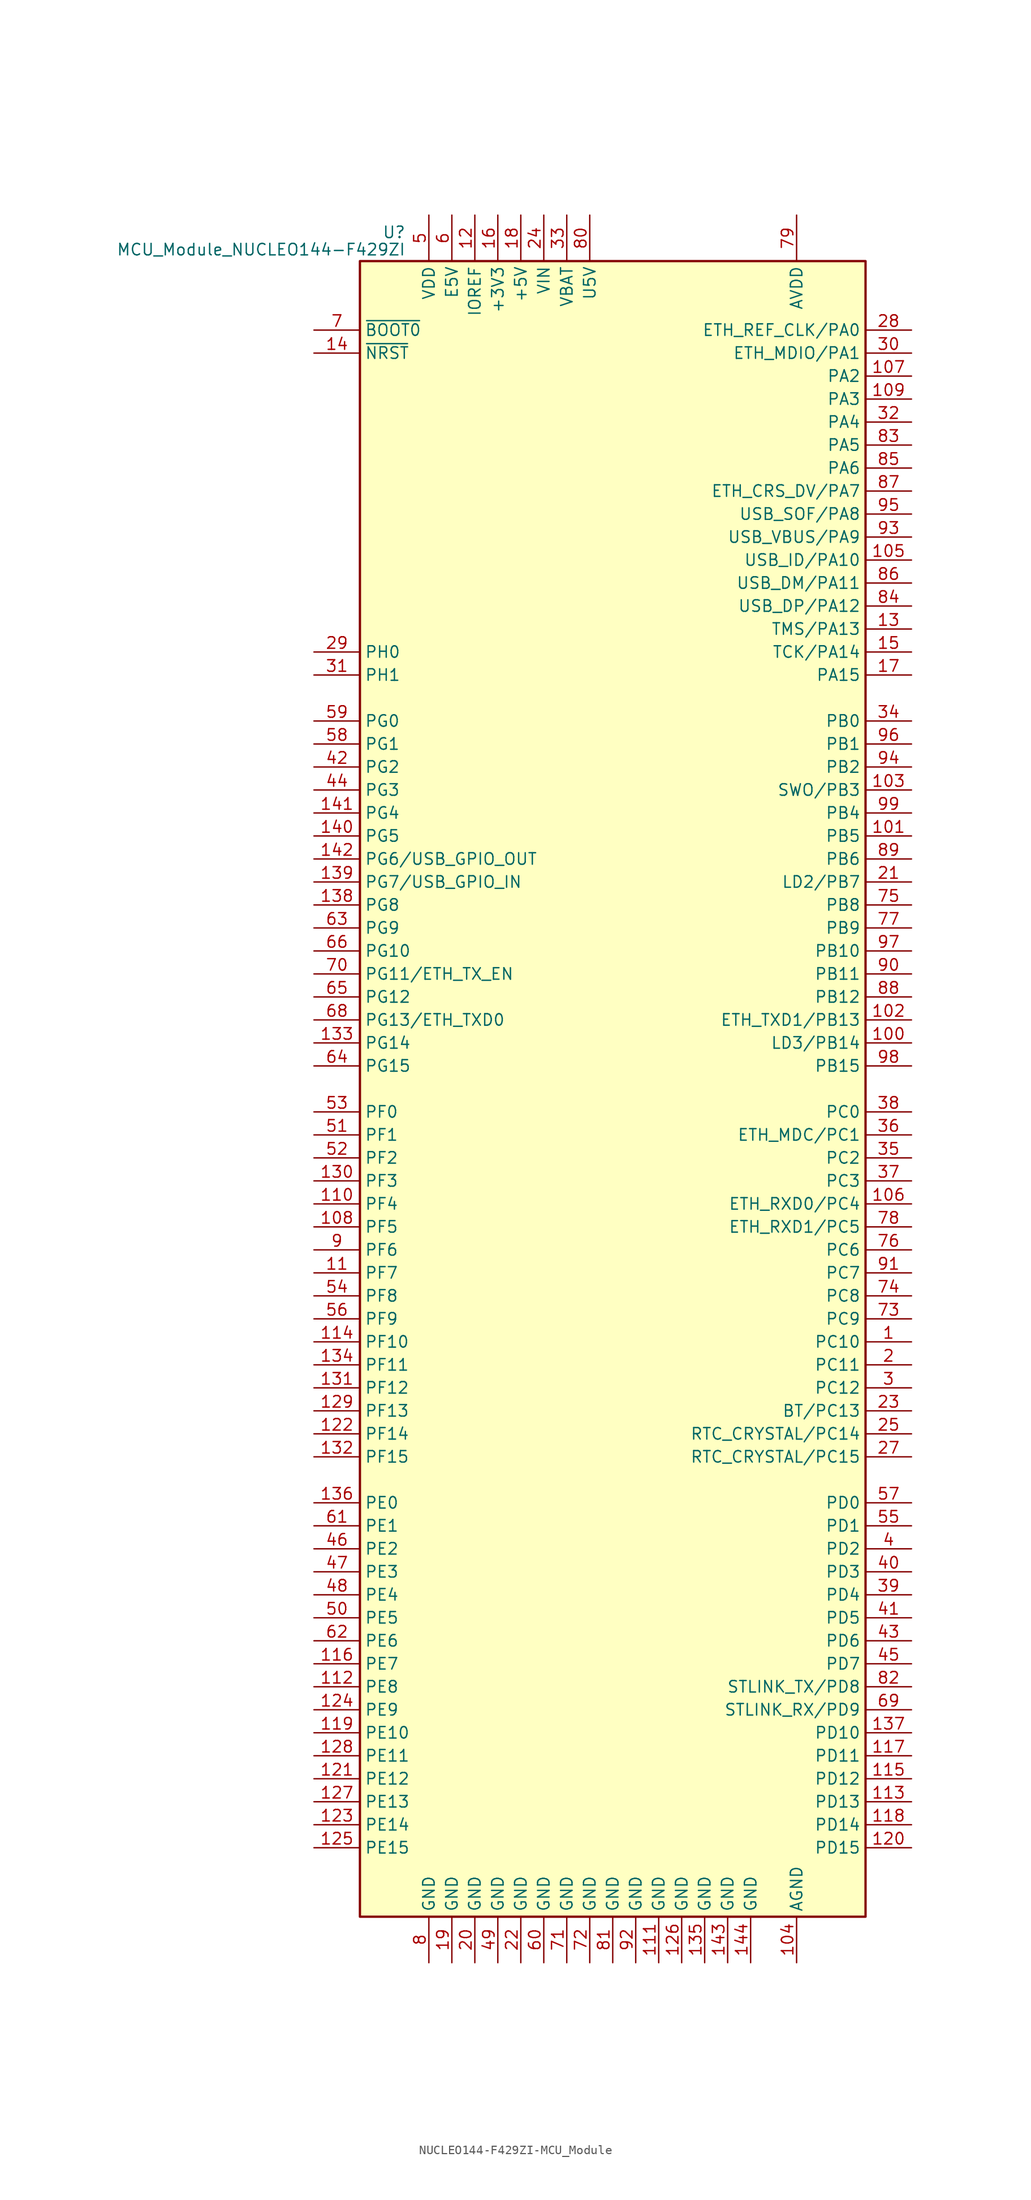
<source format=kicad_sym>
(kicad_symbol_lib
  (version 20231120)
  (generator "kicad_symbol_editor")
  (generator_version "8.0")
  (symbol "NUCLEO144-F429ZI-MCU_Module"
    (property "Reference" "U"
      (at -22.86 94.615 0)
      (effects (font (size 1.27 1.27)) (justify right)))
    (property "Value" "MCU_Module_NUCLEO144-F429ZI"
      (at -22.86 92.71 0)
      (effects (font (size 1.27 1.27)) (justify right)))
    (symbol "NUCLEO144-F429ZI-MCU_Module_0_1"
      (rectangle (start -27.94 -91.44) (end 27.94 91.44) (stroke (width 0.254) (type solid)) (fill (type background))))
    (symbol "NUCLEO144-F429ZI-MCU_Module_1_1"
      (pin bidirectional line (at 33.02 -27.94 180) (length 5.08) (name "PC10" (effects (font (size 1.27 1.27)))) (number "1" (effects (font (size 1.27 1.27)))))
      (pin no_connect line (at -33.02 55.88 0) (length 5.08) hide (name "NC" (effects (font (size 1.27 1.27)))) (number "10" (effects (font (size 1.27 1.27)))))
      (pin bidirectional line (at 33.02 5.08 180) (length 5.08) (name "LD3/PB14" (effects (font (size 1.27 1.27)))) (number "100" (effects (font (size 1.27 1.27)))))
      (pin bidirectional line (at 33.02 27.94 180) (length 5.08) (name "PB5" (effects (font (size 1.27 1.27)))) (number "101" (effects (font (size 1.27 1.27)))))
      (pin bidirectional line (at 33.02 7.62 180) (length 5.08) (name "ETH_TXD1/PB13" (effects (font (size 1.27 1.27)))) (number "102" (effects (font (size 1.27 1.27)))))
      (pin bidirectional line (at 33.02 33.02 180) (length 5.08) (name "SWO/PB3" (effects (font (size 1.27 1.27)))) (number "103" (effects (font (size 1.27 1.27)))))
      (pin power_in line (at 20.32 -96.52 90) (length 5.08) (name "AGND" (effects (font (size 1.27 1.27)))) (number "104" (effects (font (size 1.27 1.27)))))
      (pin bidirectional line (at 33.02 58.42 180) (length 5.08) (name "USB_ID/PA10" (effects (font (size 1.27 1.27)))) (number "105" (effects (font (size 1.27 1.27)))))
      (pin bidirectional line (at 33.02 -12.7 180) (length 5.08) (name "ETH_RXD0/PC4" (effects (font (size 1.27 1.27)))) (number "106" (effects (font (size 1.27 1.27)))))
      (pin bidirectional line (at 33.02 78.74 180) (length 5.08) (name "PA2" (effects (font (size 1.27 1.27)))) (number "107" (effects (font (size 1.27 1.27)))))
      (pin bidirectional line (at -33.02 -15.24 0) (length 5.08) (name "PF5" (effects (font (size 1.27 1.27)))) (number "108" (effects (font (size 1.27 1.27)))))
      (pin bidirectional line (at 33.02 76.2 180) (length 5.08) (name "PA3" (effects (font (size 1.27 1.27)))) (number "109" (effects (font (size 1.27 1.27)))))
      (pin bidirectional line (at -33.02 -20.32 0) (length 5.08) (name "PF7" (effects (font (size 1.27 1.27)))) (number "11" (effects (font (size 1.27 1.27)))))
      (pin bidirectional line (at -33.02 -12.7 0) (length 5.08) (name "PF4" (effects (font (size 1.27 1.27)))) (number "110" (effects (font (size 1.27 1.27)))))
      (pin power_in line (at 5.08 -96.52 90) (length 5.08) (name "GND" (effects (font (size 1.27 1.27)))) (number "111" (effects (font (size 1.27 1.27)))))
      (pin bidirectional line (at -33.02 -66.04 0) (length 5.08) (name "PE8" (effects (font (size 1.27 1.27)))) (number "112" (effects (font (size 1.27 1.27)))))
      (pin bidirectional line (at 33.02 -78.74 180) (length 5.08) (name "PD13" (effects (font (size 1.27 1.27)))) (number "113" (effects (font (size 1.27 1.27)))))
      (pin bidirectional line (at -33.02 -27.94 0) (length 5.08) (name "PF10" (effects (font (size 1.27 1.27)))) (number "114" (effects (font (size 1.27 1.27)))))
      (pin bidirectional line (at 33.02 -76.2 180) (length 5.08) (name "PD12" (effects (font (size 1.27 1.27)))) (number "115" (effects (font (size 1.27 1.27)))))
      (pin bidirectional line (at -33.02 -63.5 0) (length 5.08) (name "PE7" (effects (font (size 1.27 1.27)))) (number "116" (effects (font (size 1.27 1.27)))))
      (pin bidirectional line (at 33.02 -73.66 180) (length 5.08) (name "PD11" (effects (font (size 1.27 1.27)))) (number "117" (effects (font (size 1.27 1.27)))))
      (pin bidirectional line (at 33.02 -81.28 180) (length 5.08) (name "PD14" (effects (font (size 1.27 1.27)))) (number "118" (effects (font (size 1.27 1.27)))))
      (pin bidirectional line (at -33.02 -71.12 0) (length 5.08) (name "PE10" (effects (font (size 1.27 1.27)))) (number "119" (effects (font (size 1.27 1.27)))))
      (pin power_in line (at -15.24 96.52 270) (length 5.08) (name "IOREF" (effects (font (size 1.27 1.27)))) (number "12" (effects (font (size 1.27 1.27)))))
      (pin bidirectional line (at 33.02 -83.82 180) (length 5.08) (name "PD15" (effects (font (size 1.27 1.27)))) (number "120" (effects (font (size 1.27 1.27)))))
      (pin bidirectional line (at -33.02 -76.2 0) (length 5.08) (name "PE12" (effects (font (size 1.27 1.27)))) (number "121" (effects (font (size 1.27 1.27)))))
      (pin bidirectional line (at -33.02 -38.1 0) (length 5.08) (name "PF14" (effects (font (size 1.27 1.27)))) (number "122" (effects (font (size 1.27 1.27)))))
      (pin bidirectional line (at -33.02 -81.28 0) (length 5.08) (name "PE14" (effects (font (size 1.27 1.27)))) (number "123" (effects (font (size 1.27 1.27)))))
      (pin bidirectional line (at -33.02 -68.58 0) (length 5.08) (name "PE9" (effects (font (size 1.27 1.27)))) (number "124" (effects (font (size 1.27 1.27)))))
      (pin bidirectional line (at -33.02 -83.82 0) (length 5.08) (name "PE15" (effects (font (size 1.27 1.27)))) (number "125" (effects (font (size 1.27 1.27)))))
      (pin power_in line (at 7.62 -96.52 90) (length 5.08) (name "GND" (effects (font (size 1.27 1.27)))) (number "126" (effects (font (size 1.27 1.27)))))
      (pin bidirectional line (at -33.02 -78.74 0) (length 5.08) (name "PE13" (effects (font (size 1.27 1.27)))) (number "127" (effects (font (size 1.27 1.27)))))
      (pin bidirectional line (at -33.02 -73.66 0) (length 5.08) (name "PE11" (effects (font (size 1.27 1.27)))) (number "128" (effects (font (size 1.27 1.27)))))
      (pin bidirectional line (at -33.02 -35.56 0) (length 5.08) (name "PF13" (effects (font (size 1.27 1.27)))) (number "129" (effects (font (size 1.27 1.27)))))
      (pin bidirectional line (at 33.02 50.8 180) (length 5.08) (name "TMS/PA13" (effects (font (size 1.27 1.27)))) (number "13" (effects (font (size 1.27 1.27)))))
      (pin bidirectional line (at -33.02 -10.16 0) (length 5.08) (name "PF3" (effects (font (size 1.27 1.27)))) (number "130" (effects (font (size 1.27 1.27)))))
      (pin bidirectional line (at -33.02 -33.02 0) (length 5.08) (name "PF12" (effects (font (size 1.27 1.27)))) (number "131" (effects (font (size 1.27 1.27)))))
      (pin bidirectional line (at -33.02 -40.64 0) (length 5.08) (name "PF15" (effects (font (size 1.27 1.27)))) (number "132" (effects (font (size 1.27 1.27)))))
      (pin bidirectional line (at -33.02 5.08 0) (length 5.08) (name "PG14" (effects (font (size 1.27 1.27)))) (number "133" (effects (font (size 1.27 1.27)))))
      (pin bidirectional line (at -33.02 -30.48 0) (length 5.08) (name "PF11" (effects (font (size 1.27 1.27)))) (number "134" (effects (font (size 1.27 1.27)))))
      (pin power_in line (at 10.16 -96.52 90) (length 5.08) (name "GND" (effects (font (size 1.27 1.27)))) (number "135" (effects (font (size 1.27 1.27)))))
      (pin bidirectional line (at -33.02 -45.72 0) (length 5.08) (name "PE0" (effects (font (size 1.27 1.27)))) (number "136" (effects (font (size 1.27 1.27)))))
      (pin bidirectional line (at 33.02 -71.12 180) (length 5.08) (name "PD10" (effects (font (size 1.27 1.27)))) (number "137" (effects (font (size 1.27 1.27)))))
      (pin bidirectional line (at -33.02 20.32 0) (length 5.08) (name "PG8" (effects (font (size 1.27 1.27)))) (number "138" (effects (font (size 1.27 1.27)))))
      (pin bidirectional line (at -33.02 22.86 0) (length 5.08) (name "PG7/USB_GPIO_IN" (effects (font (size 1.27 1.27)))) (number "139" (effects (font (size 1.27 1.27)))))
      (pin input line (at -33.02 81.28 0) (length 5.08) (name "~{NRST}" (effects (font (size 1.27 1.27)))) (number "14" (effects (font (size 1.27 1.27)))))
      (pin bidirectional line (at -33.02 27.94 0) (length 5.08) (name "PG5" (effects (font (size 1.27 1.27)))) (number "140" (effects (font (size 1.27 1.27)))))
      (pin bidirectional line (at -33.02 30.48 0) (length 5.08) (name "PG4" (effects (font (size 1.27 1.27)))) (number "141" (effects (font (size 1.27 1.27)))))
      (pin bidirectional line (at -33.02 25.4 0) (length 5.08) (name "PG6/USB_GPIO_OUT" (effects (font (size 1.27 1.27)))) (number "142" (effects (font (size 1.27 1.27)))))
      (pin power_in line (at 12.7 -96.52 90) (length 5.08) (name "GND" (effects (font (size 1.27 1.27)))) (number "143" (effects (font (size 1.27 1.27)))))
      (pin power_in line (at 15.24 -96.52 90) (length 5.08) (name "GND" (effects (font (size 1.27 1.27)))) (number "144" (effects (font (size 1.27 1.27)))))
      (pin bidirectional line (at 33.02 48.26 180) (length 5.08) (name "TCK/PA14" (effects (font (size 1.27 1.27)))) (number "15" (effects (font (size 1.27 1.27)))))
      (pin power_in line (at -12.7 96.52 270) (length 5.08) (name "+3V3" (effects (font (size 1.27 1.27)))) (number "16" (effects (font (size 1.27 1.27)))))
      (pin bidirectional line (at 33.02 45.72 180) (length 5.08) (name "PA15" (effects (font (size 1.27 1.27)))) (number "17" (effects (font (size 1.27 1.27)))))
      (pin power_in line (at -10.16 96.52 270) (length 5.08) (name "+5V" (effects (font (size 1.27 1.27)))) (number "18" (effects (font (size 1.27 1.27)))))
      (pin power_in line (at -17.78 -96.52 90) (length 5.08) (name "GND" (effects (font (size 1.27 1.27)))) (number "19" (effects (font (size 1.27 1.27)))))
      (pin bidirectional line (at 33.02 -30.48 180) (length 5.08) (name "PC11" (effects (font (size 1.27 1.27)))) (number "2" (effects (font (size 1.27 1.27)))))
      (pin power_in line (at -15.24 -96.52 90) (length 5.08) (name "GND" (effects (font (size 1.27 1.27)))) (number "20" (effects (font (size 1.27 1.27)))))
      (pin bidirectional line (at 33.02 22.86 180) (length 5.08) (name "LD2/PB7" (effects (font (size 1.27 1.27)))) (number "21" (effects (font (size 1.27 1.27)))))
      (pin power_in line (at -10.16 -96.52 90) (length 5.08) (name "GND" (effects (font (size 1.27 1.27)))) (number "22" (effects (font (size 1.27 1.27)))))
      (pin bidirectional line (at 33.02 -35.56 180) (length 5.08) (name "BT/PC13" (effects (font (size 1.27 1.27)))) (number "23" (effects (font (size 1.27 1.27)))))
      (pin power_in line (at -7.62 96.52 270) (length 5.08) (name "VIN" (effects (font (size 1.27 1.27)))) (number "24" (effects (font (size 1.27 1.27)))))
      (pin bidirectional line (at 33.02 -38.1 180) (length 5.08) (name "RTC_CRYSTAL/PC14" (effects (font (size 1.27 1.27)))) (number "25" (effects (font (size 1.27 1.27)))))
      (pin no_connect line (at -33.02 58.42 0) (length 5.08) hide (name "NC" (effects (font (size 1.27 1.27)))) (number "26" (effects (font (size 1.27 1.27)))))
      (pin bidirectional line (at 33.02 -40.64 180) (length 5.08) (name "RTC_CRYSTAL/PC15" (effects (font (size 1.27 1.27)))) (number "27" (effects (font (size 1.27 1.27)))))
      (pin bidirectional line (at 33.02 83.82 180) (length 5.08) (name "ETH_REF_CLK/PA0" (effects (font (size 1.27 1.27)))) (number "28" (effects (font (size 1.27 1.27)))))
      (pin bidirectional line (at -33.02 48.26 0) (length 5.08) (name "PH0" (effects (font (size 1.27 1.27)))) (number "29" (effects (font (size 1.27 1.27)))))
      (pin bidirectional line (at 33.02 -33.02 180) (length 5.08) (name "PC12" (effects (font (size 1.27 1.27)))) (number "3" (effects (font (size 1.27 1.27)))))
      (pin bidirectional line (at 33.02 81.28 180) (length 5.08) (name "ETH_MDIO/PA1" (effects (font (size 1.27 1.27)))) (number "30" (effects (font (size 1.27 1.27)))))
      (pin bidirectional line (at -33.02 45.72 0) (length 5.08) (name "PH1" (effects (font (size 1.27 1.27)))) (number "31" (effects (font (size 1.27 1.27)))))
      (pin bidirectional line (at 33.02 73.66 180) (length 5.08) (name "PA4" (effects (font (size 1.27 1.27)))) (number "32" (effects (font (size 1.27 1.27)))))
      (pin power_in line (at -5.08 96.52 270) (length 5.08) (name "VBAT" (effects (font (size 1.27 1.27)))) (number "33" (effects (font (size 1.27 1.27)))))
      (pin bidirectional line (at 33.02 40.64 180) (length 5.08) (name "PB0" (effects (font (size 1.27 1.27)))) (number "34" (effects (font (size 1.27 1.27)))))
      (pin bidirectional line (at 33.02 -7.62 180) (length 5.08) (name "PC2" (effects (font (size 1.27 1.27)))) (number "35" (effects (font (size 1.27 1.27)))))
      (pin bidirectional line (at 33.02 -5.08 180) (length 5.08) (name "ETH_MDC/PC1" (effects (font (size 1.27 1.27)))) (number "36" (effects (font (size 1.27 1.27)))))
      (pin bidirectional line (at 33.02 -10.16 180) (length 5.08) (name "PC3" (effects (font (size 1.27 1.27)))) (number "37" (effects (font (size 1.27 1.27)))))
      (pin bidirectional line (at 33.02 -2.54 180) (length 5.08) (name "PC0" (effects (font (size 1.27 1.27)))) (number "38" (effects (font (size 1.27 1.27)))))
      (pin bidirectional line (at 33.02 -55.88 180) (length 5.08) (name "PD4" (effects (font (size 1.27 1.27)))) (number "39" (effects (font (size 1.27 1.27)))))
      (pin bidirectional line (at 33.02 -50.8 180) (length 5.08) (name "PD2" (effects (font (size 1.27 1.27)))) (number "4" (effects (font (size 1.27 1.27)))))
      (pin bidirectional line (at 33.02 -53.34 180) (length 5.08) (name "PD3" (effects (font (size 1.27 1.27)))) (number "40" (effects (font (size 1.27 1.27)))))
      (pin bidirectional line (at 33.02 -58.42 180) (length 5.08) (name "PD5" (effects (font (size 1.27 1.27)))) (number "41" (effects (font (size 1.27 1.27)))))
      (pin bidirectional line (at -33.02 35.56 0) (length 5.08) (name "PG2" (effects (font (size 1.27 1.27)))) (number "42" (effects (font (size 1.27 1.27)))))
      (pin bidirectional line (at 33.02 -60.96 180) (length 5.08) (name "PD6" (effects (font (size 1.27 1.27)))) (number "43" (effects (font (size 1.27 1.27)))))
      (pin bidirectional line (at -33.02 33.02 0) (length 5.08) (name "PG3" (effects (font (size 1.27 1.27)))) (number "44" (effects (font (size 1.27 1.27)))))
      (pin bidirectional line (at 33.02 -63.5 180) (length 5.08) (name "PD7" (effects (font (size 1.27 1.27)))) (number "45" (effects (font (size 1.27 1.27)))))
      (pin bidirectional line (at -33.02 -50.8 0) (length 5.08) (name "PE2" (effects (font (size 1.27 1.27)))) (number "46" (effects (font (size 1.27 1.27)))))
      (pin bidirectional line (at -33.02 -53.34 0) (length 5.08) (name "PE3" (effects (font (size 1.27 1.27)))) (number "47" (effects (font (size 1.27 1.27)))))
      (pin bidirectional line (at -33.02 -55.88 0) (length 5.08) (name "PE4" (effects (font (size 1.27 1.27)))) (number "48" (effects (font (size 1.27 1.27)))))
      (pin power_in line (at -12.7 -96.52 90) (length 5.08) (name "GND" (effects (font (size 1.27 1.27)))) (number "49" (effects (font (size 1.27 1.27)))))
      (pin power_in line (at -20.32 96.52 270) (length 5.08) (name "VDD" (effects (font (size 1.27 1.27)))) (number "5" (effects (font (size 1.27 1.27)))))
      (pin bidirectional line (at -33.02 -58.42 0) (length 5.08) (name "PE5" (effects (font (size 1.27 1.27)))) (number "50" (effects (font (size 1.27 1.27)))))
      (pin bidirectional line (at -33.02 -5.08 0) (length 5.08) (name "PF1" (effects (font (size 1.27 1.27)))) (number "51" (effects (font (size 1.27 1.27)))))
      (pin bidirectional line (at -33.02 -7.62 0) (length 5.08) (name "PF2" (effects (font (size 1.27 1.27)))) (number "52" (effects (font (size 1.27 1.27)))))
      (pin bidirectional line (at -33.02 -2.54 0) (length 5.08) (name "PF0" (effects (font (size 1.27 1.27)))) (number "53" (effects (font (size 1.27 1.27)))))
      (pin bidirectional line (at -33.02 -22.86 0) (length 5.08) (name "PF8" (effects (font (size 1.27 1.27)))) (number "54" (effects (font (size 1.27 1.27)))))
      (pin bidirectional line (at 33.02 -48.26 180) (length 5.08) (name "PD1" (effects (font (size 1.27 1.27)))) (number "55" (effects (font (size 1.27 1.27)))))
      (pin bidirectional line (at -33.02 -25.4 0) (length 5.08) (name "PF9" (effects (font (size 1.27 1.27)))) (number "56" (effects (font (size 1.27 1.27)))))
      (pin bidirectional line (at 33.02 -45.72 180) (length 5.08) (name "PD0" (effects (font (size 1.27 1.27)))) (number "57" (effects (font (size 1.27 1.27)))))
      (pin bidirectional line (at -33.02 38.1 0) (length 5.08) (name "PG1" (effects (font (size 1.27 1.27)))) (number "58" (effects (font (size 1.27 1.27)))))
      (pin bidirectional line (at -33.02 40.64 0) (length 5.08) (name "PG0" (effects (font (size 1.27 1.27)))) (number "59" (effects (font (size 1.27 1.27)))))
      (pin power_in line (at -17.78 96.52 270) (length 5.08) (name "E5V" (effects (font (size 1.27 1.27)))) (number "6" (effects (font (size 1.27 1.27)))))
      (pin power_in line (at -7.62 -96.52 90) (length 5.08) (name "GND" (effects (font (size 1.27 1.27)))) (number "60" (effects (font (size 1.27 1.27)))))
      (pin bidirectional line (at -33.02 -48.26 0) (length 5.08) (name "PE1" (effects (font (size 1.27 1.27)))) (number "61" (effects (font (size 1.27 1.27)))))
      (pin bidirectional line (at -33.02 -60.96 0) (length 5.08) (name "PE6" (effects (font (size 1.27 1.27)))) (number "62" (effects (font (size 1.27 1.27)))))
      (pin bidirectional line (at -33.02 17.78 0) (length 5.08) (name "PG9" (effects (font (size 1.27 1.27)))) (number "63" (effects (font (size 1.27 1.27)))))
      (pin bidirectional line (at -33.02 2.54 0) (length 5.08) (name "PG15" (effects (font (size 1.27 1.27)))) (number "64" (effects (font (size 1.27 1.27)))))
      (pin bidirectional line (at -33.02 10.16 0) (length 5.08) (name "PG12" (effects (font (size 1.27 1.27)))) (number "65" (effects (font (size 1.27 1.27)))))
      (pin bidirectional line (at -33.02 15.24 0) (length 5.08) (name "PG10" (effects (font (size 1.27 1.27)))) (number "66" (effects (font (size 1.27 1.27)))))
      (pin no_connect line (at -33.02 53.34 0) (length 5.08) hide (name "NC" (effects (font (size 1.27 1.27)))) (number "67" (effects (font (size 1.27 1.27)))))
      (pin bidirectional line (at -33.02 7.62 0) (length 5.08) (name "PG13/ETH_TXD0" (effects (font (size 1.27 1.27)))) (number "68" (effects (font (size 1.27 1.27)))))
      (pin bidirectional line (at 33.02 -68.58 180) (length 5.08) (name "STLINK_RX/PD9" (effects (font (size 1.27 1.27)))) (number "69" (effects (font (size 1.27 1.27)))))
      (pin input line (at -33.02 83.82 0) (length 5.08) (name "~{BOOT0}" (effects (font (size 1.27 1.27)))) (number "7" (effects (font (size 1.27 1.27)))))
      (pin bidirectional line (at -33.02 12.7 0) (length 5.08) (name "PG11/ETH_TX_EN" (effects (font (size 1.27 1.27)))) (number "70" (effects (font (size 1.27 1.27)))))
      (pin power_in line (at -5.08 -96.52 90) (length 5.08) (name "GND" (effects (font (size 1.27 1.27)))) (number "71" (effects (font (size 1.27 1.27)))))
      (pin power_in line (at -2.54 -96.52 90) (length 5.08) (name "GND" (effects (font (size 1.27 1.27)))) (number "72" (effects (font (size 1.27 1.27)))))
      (pin bidirectional line (at 33.02 -25.4 180) (length 5.08) (name "PC9" (effects (font (size 1.27 1.27)))) (number "73" (effects (font (size 1.27 1.27)))))
      (pin bidirectional line (at 33.02 -22.86 180) (length 5.08) (name "PC8" (effects (font (size 1.27 1.27)))) (number "74" (effects (font (size 1.27 1.27)))))
      (pin bidirectional line (at 33.02 20.32 180) (length 5.08) (name "PB8" (effects (font (size 1.27 1.27)))) (number "75" (effects (font (size 1.27 1.27)))))
      (pin bidirectional line (at 33.02 -17.78 180) (length 5.08) (name "PC6" (effects (font (size 1.27 1.27)))) (number "76" (effects (font (size 1.27 1.27)))))
      (pin bidirectional line (at 33.02 17.78 180) (length 5.08) (name "PB9" (effects (font (size 1.27 1.27)))) (number "77" (effects (font (size 1.27 1.27)))))
      (pin bidirectional line (at 33.02 -15.24 180) (length 5.08) (name "ETH_RXD1/PC5" (effects (font (size 1.27 1.27)))) (number "78" (effects (font (size 1.27 1.27)))))
      (pin power_in line (at 20.32 96.52 270) (length 5.08) (name "AVDD" (effects (font (size 1.27 1.27)))) (number "79" (effects (font (size 1.27 1.27)))))
      (pin power_in line (at -20.32 -96.52 90) (length 5.08) (name "GND" (effects (font (size 1.27 1.27)))) (number "8" (effects (font (size 1.27 1.27)))))
      (pin power_in line (at -2.54 96.52 270) (length 5.08) (name "U5V" (effects (font (size 1.27 1.27)))) (number "80" (effects (font (size 1.27 1.27)))))
      (pin power_in line (at 0 -96.52 90) (length 5.08) (name "GND" (effects (font (size 1.27 1.27)))) (number "81" (effects (font (size 1.27 1.27)))))
      (pin bidirectional line (at 33.02 -66.04 180) (length 5.08) (name "STLINK_TX/PD8" (effects (font (size 1.27 1.27)))) (number "82" (effects (font (size 1.27 1.27)))))
      (pin bidirectional line (at 33.02 71.12 180) (length 5.08) (name "PA5" (effects (font (size 1.27 1.27)))) (number "83" (effects (font (size 1.27 1.27)))))
      (pin bidirectional line (at 33.02 53.34 180) (length 5.08) (name "USB_DP/PA12" (effects (font (size 1.27 1.27)))) (number "84" (effects (font (size 1.27 1.27)))))
      (pin bidirectional line (at 33.02 68.58 180) (length 5.08) (name "PA6" (effects (font (size 1.27 1.27)))) (number "85" (effects (font (size 1.27 1.27)))))
      (pin bidirectional line (at 33.02 55.88 180) (length 5.08) (name "USB_DM/PA11" (effects (font (size 1.27 1.27)))) (number "86" (effects (font (size 1.27 1.27)))))
      (pin bidirectional line (at 33.02 66.04 180) (length 5.08) (name "ETH_CRS_DV/PA7" (effects (font (size 1.27 1.27)))) (number "87" (effects (font (size 1.27 1.27)))))
      (pin bidirectional line (at 33.02 10.16 180) (length 5.08) (name "PB12" (effects (font (size 1.27 1.27)))) (number "88" (effects (font (size 1.27 1.27)))))
      (pin bidirectional line (at 33.02 25.4 180) (length 5.08) (name "PB6" (effects (font (size 1.27 1.27)))) (number "89" (effects (font (size 1.27 1.27)))))
      (pin bidirectional line (at -33.02 -17.78 0) (length 5.08) (name "PF6" (effects (font (size 1.27 1.27)))) (number "9" (effects (font (size 1.27 1.27)))))
      (pin bidirectional line (at 33.02 12.7 180) (length 5.08) (name "PB11" (effects (font (size 1.27 1.27)))) (number "90" (effects (font (size 1.27 1.27)))))
      (pin bidirectional line (at 33.02 -20.32 180) (length 5.08) (name "PC7" (effects (font (size 1.27 1.27)))) (number "91" (effects (font (size 1.27 1.27)))))
      (pin power_in line (at 2.54 -96.52 90) (length 5.08) (name "GND" (effects (font (size 1.27 1.27)))) (number "92" (effects (font (size 1.27 1.27)))))
      (pin bidirectional line (at 33.02 60.96 180) (length 5.08) (name "USB_VBUS/PA9" (effects (font (size 1.27 1.27)))) (number "93" (effects (font (size 1.27 1.27)))))
      (pin bidirectional line (at 33.02 35.56 180) (length 5.08) (name "PB2" (effects (font (size 1.27 1.27)))) (number "94" (effects (font (size 1.27 1.27)))))
      (pin bidirectional line (at 33.02 63.5 180) (length 5.08) (name "USB_SOF/PA8" (effects (font (size 1.27 1.27)))) (number "95" (effects (font (size 1.27 1.27)))))
      (pin bidirectional line (at 33.02 38.1 180) (length 5.08) (name "PB1" (effects (font (size 1.27 1.27)))) (number "96" (effects (font (size 1.27 1.27)))))
      (pin bidirectional line (at 33.02 15.24 180) (length 5.08) (name "PB10" (effects (font (size 1.27 1.27)))) (number "97" (effects (font (size 1.27 1.27)))))
      (pin bidirectional line (at 33.02 2.54 180) (length 5.08) (name "PB15" (effects (font (size 1.27 1.27)))) (number "98" (effects (font (size 1.27 1.27)))))
      (pin bidirectional line (at 33.02 30.48 180) (length 5.08) (name "PB4" (effects (font (size 1.27 1.27)))) (number "99" (effects (font (size 1.27 1.27))))))))
</source>
